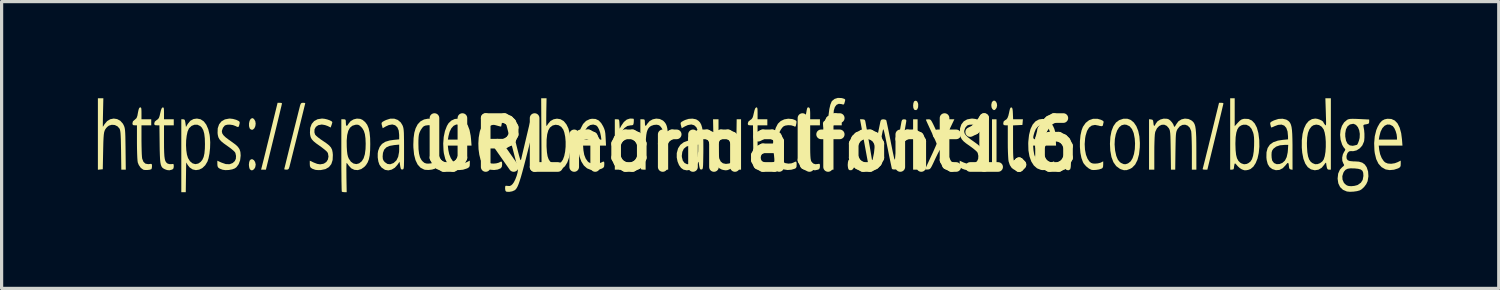
<source format=kicad_pcb>
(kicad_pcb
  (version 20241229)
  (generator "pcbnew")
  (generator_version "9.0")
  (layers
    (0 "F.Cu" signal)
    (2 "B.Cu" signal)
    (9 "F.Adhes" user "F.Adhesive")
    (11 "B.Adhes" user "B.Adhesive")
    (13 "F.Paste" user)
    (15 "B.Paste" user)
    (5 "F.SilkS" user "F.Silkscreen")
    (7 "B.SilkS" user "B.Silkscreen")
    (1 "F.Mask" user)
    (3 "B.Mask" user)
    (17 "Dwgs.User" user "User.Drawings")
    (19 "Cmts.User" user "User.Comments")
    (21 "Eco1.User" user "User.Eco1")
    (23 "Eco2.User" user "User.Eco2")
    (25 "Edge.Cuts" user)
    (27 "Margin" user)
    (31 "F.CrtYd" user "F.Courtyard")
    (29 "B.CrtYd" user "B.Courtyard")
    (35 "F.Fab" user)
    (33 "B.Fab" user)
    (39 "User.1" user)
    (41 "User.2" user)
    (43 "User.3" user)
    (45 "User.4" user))
  (footprint "URLnormalfont1.6"
    (layer "F.Cu")
    (at 20.32 1.463)
    (property "Reference" "URLnormalfont1.6" (at 0 0 0) (layer "F.SilkS") (effects (font (size 1.524 1.524) (thickness 0.3))))
    (attr board_only exclude_from_pos_files exclude_from_bom)
    (fp_poly (pts (xy 5.22 0.773) (xy 5.08 0.773) (xy 5.08 -0.796) (xy 5.22 -0.796)) (stroke (width 0) (type solid)) (fill yes) (layer "F.SilkS"))
    (fp_poly (pts (xy 7.679 0.773) (xy 7.538 0.773) (xy 7.538 -0.796) (xy 7.679 -0.796)) (stroke (width 0) (type solid)) (fill yes) (layer "F.SilkS"))
    (fp_poly (pts (xy 5.205 -1.354) (xy 5.233 -1.296) (xy 5.239 -1.257) (xy 5.236 -1.172) (xy 5.212 -1.111) (xy 5.175 -1.081) (xy 5.13 -1.088) (xy 5.108 -1.105) (xy 5.087 -1.152) (xy 5.08 -1.223) (xy 5.088 -1.295) (xy 5.108 -1.35) (xy 5.117 -1.359) (xy 5.164 -1.377)) (stroke (width 0) (type solid)) (fill yes) (layer "F.SilkS"))
    (fp_poly (pts (xy 7.629 -1.373) (xy 7.665 -1.34) (xy 7.689 -1.288) (xy 7.697 -1.225) (xy 7.683 -1.161) (xy 7.67 -1.137) (xy 7.63 -1.089) (xy 7.594 -1.082) (xy 7.551 -1.114) (xy 7.523 -1.17) (xy 7.516 -1.245) (xy 7.531 -1.318) (xy 7.545 -1.344) (xy 7.587 -1.377)) (stroke (width 0) (type solid)) (fill yes) (layer "F.SilkS"))
    (fp_poly (pts (xy -15.479 -0.822) (xy -15.452 -0.798) (xy -15.416 -0.737) (xy -15.404 -0.661) (xy -15.414 -0.584) (xy -15.443 -0.518) (xy -15.488 -0.476) (xy -15.521 -0.468) (xy -15.567 -0.487) (xy -15.592 -0.516) (xy -15.611 -0.585) (xy -15.611 -0.668) (xy -15.594 -0.747) (xy -15.563 -0.803) (xy -15.552 -0.813) (xy -15.511 -0.833)) (stroke (width 0) (type solid)) (fill yes) (layer "F.SilkS"))
    (fp_poly (pts (xy 3.176 0.459) (xy 3.22 0.502) (xy 3.249 0.57) (xy 3.254 0.62) (xy 3.24 0.7) (xy 3.204 0.759) (xy 3.155 0.791) (xy 3.102 0.789) (xy 3.071 0.768) (xy 3.055 0.729) (xy 3.045 0.663) (xy 3.043 0.62) (xy 3.049 0.546) (xy 3.062 0.49) (xy 3.071 0.473) (xy 3.123 0.446)) (stroke (width 0) (type solid)) (fill yes) (layer "F.SilkS"))
    (fp_poly (pts (xy 9.968 0.473) (xy 9.984 0.511) (xy 9.994 0.578) (xy 9.996 0.62) (xy 9.991 0.695) (xy 9.978 0.751) (xy 9.968 0.768) (xy 9.914 0.794) (xy 9.857 0.779) (xy 9.822 0.744) (xy 9.792 0.676) (xy 9.788 0.604) (xy 9.804 0.536) (xy 9.836 0.481) (xy 9.879 0.449) (xy 9.929 0.447)) (stroke (width 0) (type solid)) (fill yes) (layer "F.SilkS"))
    (fp_poly (pts (xy -15.458 0.478) (xy -15.422 0.533) (xy -15.404 0.606) (xy -15.404 0.62) (xy -15.417 0.696) (xy -15.451 0.754) (xy -15.496 0.789) (xy -15.543 0.793) (xy -15.584 0.761) (xy -15.59 0.751) (xy -15.607 0.696) (xy -15.615 0.626) (xy -15.615 0.62) (xy -15.608 0.55) (xy -15.592 0.493) (xy -15.59 0.49) (xy -15.551 0.451) (xy -15.504 0.449)) (stroke (width 0) (type solid)) (fill yes) (layer "F.SilkS"))
    (fp_poly (pts (xy -14.604 -1.306) (xy -14.584 -1.293) (xy -14.589 -1.268) (xy -14.604 -1.201) (xy -14.629 -1.099) (xy -14.661 -0.964) (xy -14.7 -0.803) (xy -14.744 -0.62) (xy -14.793 -0.419) (xy -14.834 -0.252) (xy -15.085 0.773) (xy -15.235 0.773) (xy -15.18 0.556) (xy -15.161 0.482) (xy -15.133 0.369) (xy -15.097 0.225) (xy -15.056 0.056) (xy -15.01 -0.13) (xy -14.961 -0.327) (xy -14.923 -0.486) (xy -14.721 -1.311) (xy -14.653 -1.311)) (stroke (width 0) (type solid)) (fill yes) (layer "F.SilkS"))
    (fp_poly (pts (xy 14.729 -1.306) (xy 14.749 -1.293) (xy 14.744 -1.268) (xy 14.728 -1.201) (xy 14.704 -1.099) (xy 14.672 -0.964) (xy 14.633 -0.803) (xy 14.588 -0.62) (xy 14.539 -0.419) (xy 14.498 -0.252) (xy 14.248 0.773) (xy 14.169 0.773) (xy 14.119 0.768) (xy 14.1 0.757) (xy 14.1 0.755) (xy 14.108 0.729) (xy 14.125 0.663) (xy 14.151 0.56) (xy 14.185 0.426) (xy 14.225 0.264) (xy 14.271 0.081) (xy 14.32 -0.12) (xy 14.361 -0.287) (xy 14.612 -1.311) (xy 14.68 -1.311)) (stroke (width 0) (type solid)) (fill yes) (layer "F.SilkS"))
    (fp_poly (pts (xy -3.665 -0.817) (xy -3.629 -0.811) (xy -3.626 -0.809) (xy -3.621 -0.781) (xy -3.623 -0.725) (xy -3.624 -0.704) (xy -3.633 -0.643) (xy -3.652 -0.616) (xy -3.693 -0.609) (xy -3.715 -0.609) (xy -3.825 -0.587) (xy -3.917 -0.523) (xy -3.986 -0.422) (xy -4.003 -0.385) (xy -4.016 -0.347) (xy -4.025 -0.301) (xy -4.032 -0.24) (xy -4.037 -0.157) (xy -4.041 -0.046) (xy -4.044 0.1) (xy -4.046 0.228) (xy -4.053 0.773) (xy -4.214 0.773) (xy -4.214 -0.796) (xy -4.145 -0.796) (xy -4.107 -0.794) (xy -4.086 -0.781) (xy -4.075 -0.745) (xy -4.07 -0.677) (xy -4.069 -0.65) (xy -4.062 -0.503) (xy -4.01 -0.6) (xy -3.932 -0.712) (xy -3.842 -0.787) (xy -3.745 -0.818) (xy -3.724 -0.819)) (stroke (width 0) (type solid)) (fill yes) (layer "F.SilkS"))
    (fp_poly (pts (xy -13.879 -1.307) (xy -13.859 -1.299) (xy -13.859 -1.299) (xy -13.864 -1.275) (xy -13.88 -1.211) (xy -13.904 -1.113) (xy -13.935 -0.987) (xy -13.972 -0.837) (xy -14.013 -0.671) (xy -14.057 -0.493) (xy -14.103 -0.309) (xy -14.149 -0.124) (xy -14.194 0.054) (xy -14.236 0.222) (xy -14.274 0.374) (xy -14.306 0.503) (xy -14.332 0.604) (xy -14.349 0.672) (xy -14.352 0.685) (xy -14.373 0.743) (xy -14.401 0.768) (xy -14.445 0.773) (xy -14.494 0.769) (xy -14.514 0.76) (xy -14.514 0.76) (xy -14.509 0.736) (xy -14.493 0.673) (xy -14.469 0.575) (xy -14.438 0.448) (xy -14.401 0.299) (xy -14.36 0.132) (xy -14.316 -0.046) (xy -14.27 -0.23) (xy -14.224 -0.414) (xy -14.179 -0.593) (xy -14.137 -0.761) (xy -14.099 -0.912) (xy -14.067 -1.041) (xy -14.041 -1.142) (xy -14.024 -1.21) (xy -14.021 -1.223) (xy -14 -1.281) (xy -13.972 -1.306) (xy -13.928 -1.311)) (stroke (width 0) (type solid)) (fill yes) (layer "F.SilkS"))
    (fp_poly (pts (xy 2.851 -1.458) (xy 2.876 -1.452) (xy 2.937 -1.433) (xy 2.963 -1.412) (xy 2.962 -1.38) (xy 2.961 -1.374) (xy 2.944 -1.314) (xy 2.935 -1.283) (xy 2.92 -1.258) (xy 2.887 -1.258) (xy 2.853 -1.269) (xy 2.766 -1.279) (xy 2.695 -1.248) (xy 2.642 -1.178) (xy 2.609 -1.071) (xy 2.599 -0.937) (xy 2.599 -0.796) (xy 2.856 -0.796) (xy 2.856 -0.609) (xy 2.599 -0.609) (xy 2.599 0.773) (xy 2.532 0.773) (xy 2.479 0.768) (xy 2.45 0.757) (xy 2.446 0.73) (xy 2.443 0.663) (xy 2.44 0.561) (xy 2.437 0.43) (xy 2.435 0.276) (xy 2.435 0.106) (xy 2.435 0.066) (xy 2.435 -0.609) (xy 2.353 -0.609) (xy 2.297 -0.613) (xy 2.275 -0.633) (xy 2.271 -0.668) (xy 2.284 -0.716) (xy 2.331 -0.755) (xy 2.352 -0.765) (xy 2.398 -0.791) (xy 2.425 -0.823) (xy 2.439 -0.875) (xy 2.446 -0.934) (xy 2.47 -1.115) (xy 2.502 -1.253) (xy 2.54 -1.347) (xy 2.554 -1.367) (xy 2.633 -1.431) (xy 2.736 -1.463)) (stroke (width 0) (type solid)) (fill yes) (layer "F.SilkS"))
    (fp_poly (pts (xy -0.983 -0.228) (xy -0.982 -0.065) (xy -0.979 0.087) (xy -0.975 0.221) (xy -0.97 0.327) (xy -0.964 0.399) (xy -0.96 0.424) (xy -0.916 0.518) (xy -0.847 0.574) (xy -0.753 0.594) (xy -0.645 0.58) (xy -0.561 0.531) (xy -0.495 0.44) (xy -0.486 0.423) (xy -0.469 0.387) (xy -0.456 0.349) (xy -0.446 0.304) (xy -0.439 0.244) (xy -0.434 0.163) (xy -0.43 0.055) (xy -0.427 -0.088) (xy -0.425 -0.24) (xy -0.417 -0.796) (xy -0.281 -0.796) (xy -0.281 0.773) (xy -0.339 0.773) (xy -0.38 0.766) (xy -0.396 0.736) (xy -0.398 0.696) (xy -0.405 0.619) (xy -0.423 0.582) (xy -0.45 0.588) (xy -0.478 0.628) (xy -0.53 0.692) (xy -0.608 0.748) (xy -0.694 0.785) (xy -0.754 0.794) (xy -0.816 0.786) (xy -0.882 0.77) (xy -0.965 0.725) (xy -1.04 0.645) (xy -1.094 0.543) (xy -1.102 0.52) (xy -1.111 0.47) (xy -1.119 0.378) (xy -1.127 0.252) (xy -1.133 0.096) (xy -1.139 -0.083) (xy -1.141 -0.181) (xy -1.153 -0.796) (xy -0.983 -0.796)) (stroke (width 0) (type solid)) (fill yes) (layer "F.SilkS"))
    (fp_poly (pts (xy 10.825 -0.812) (xy 10.933 -0.781) (xy 10.997 -0.748) (xy 11.018 -0.717) (xy 11.016 -0.709) (xy 11.004 -0.661) (xy 11.002 -0.648) (xy 10.991 -0.598) (xy 10.954 -0.58) (xy 10.887 -0.591) (xy 10.868 -0.598) (xy 10.748 -0.621) (xy 10.646 -0.601) (xy 10.563 -0.539) (xy 10.499 -0.434) (xy 10.454 -0.286) (xy 10.44 -0.206) (xy 10.426 -0.024) (xy 10.435 0.15) (xy 10.465 0.307) (xy 10.516 0.436) (xy 10.575 0.521) (xy 10.625 0.562) (xy 10.681 0.581) (xy 10.751 0.585) (xy 10.835 0.578) (xy 10.912 0.559) (xy 10.934 0.55) (xy 11.003 0.514) (xy 11.003 0.616) (xy 10.998 0.684) (xy 10.98 0.723) (xy 10.947 0.743) (xy 10.872 0.767) (xy 10.779 0.781) (xy 10.69 0.785) (xy 10.634 0.777) (xy 10.554 0.736) (xy 10.47 0.668) (xy 10.4 0.587) (xy 10.374 0.543) (xy 10.325 0.411) (xy 10.292 0.248) (xy 10.277 0.067) (xy 10.278 -0.119) (xy 10.295 -0.297) (xy 10.33 -0.455) (xy 10.371 -0.562) (xy 10.457 -0.685) (xy 10.564 -0.769) (xy 10.688 -0.812)) (stroke (width 0) (type solid)) (fill yes) (layer "F.SilkS"))
    (fp_poly (pts (xy -18.28 -1.165) (xy -18.268 -1.146) (xy -18.262 -1.101) (xy -18.26 -1.021) (xy -18.26 -0.985) (xy -18.26 -0.796) (xy -17.956 -0.796) (xy -17.956 -0.609) (xy -18.26 -0.609) (xy -18.26 -0.105) (xy -18.259 0.088) (xy -18.255 0.239) (xy -18.248 0.354) (xy -18.236 0.439) (xy -18.219 0.501) (xy -18.195 0.543) (xy -18.163 0.573) (xy -18.142 0.586) (xy -18.08 0.602) (xy -18.023 0.6) (xy -17.978 0.595) (xy -17.959 0.611) (xy -17.956 0.662) (xy -17.956 0.668) (xy -17.963 0.729) (xy -17.991 0.762) (xy -18.016 0.773) (xy -18.092 0.793) (xy -18.165 0.785) (xy -18.229 0.762) (xy -18.274 0.739) (xy -18.31 0.712) (xy -18.337 0.675) (xy -18.358 0.622) (xy -18.373 0.547) (xy -18.383 0.447) (xy -18.389 0.315) (xy -18.394 0.145) (xy -18.396 -0.018) (xy -18.403 -0.609) (xy -18.484 -0.609) (xy -18.539 -0.613) (xy -18.561 -0.634) (xy -18.564 -0.668) (xy -18.546 -0.724) (xy -18.488 -0.773) (xy -18.447 -0.802) (xy -18.419 -0.84) (xy -18.398 -0.898) (xy -18.377 -0.989) (xy -18.354 -1.084) (xy -18.331 -1.141) (xy -18.306 -1.165) (xy -18.301 -1.166)) (stroke (width 0) (type solid)) (fill yes) (layer "F.SilkS"))
    (fp_poly (pts (xy 0.214 -1.165) (xy 0.226 -1.146) (xy 0.232 -1.101) (xy 0.234 -1.021) (xy 0.234 -0.985) (xy 0.234 -0.796) (xy 0.538 -0.796) (xy 0.538 -0.609) (xy 0.234 -0.609) (xy 0.234 -0.092) (xy 0.235 0.086) (xy 0.237 0.223) (xy 0.241 0.326) (xy 0.247 0.4) (xy 0.255 0.452) (xy 0.267 0.487) (xy 0.269 0.492) (xy 0.329 0.568) (xy 0.407 0.602) (xy 0.471 0.6) (xy 0.516 0.595) (xy 0.535 0.611) (xy 0.538 0.662) (xy 0.538 0.668) (xy 0.531 0.729) (xy 0.503 0.762) (xy 0.478 0.773) (xy 0.402 0.793) (xy 0.329 0.785) (xy 0.265 0.762) (xy 0.22 0.739) (xy 0.184 0.712) (xy 0.157 0.675) (xy 0.136 0.622) (xy 0.121 0.547) (xy 0.111 0.447) (xy 0.105 0.315) (xy 0.1 0.145) (xy 0.098 -0.018) (xy 0.091 -0.609) (xy 0.01 -0.609) (xy -0.045 -0.613) (xy -0.067 -0.634) (xy -0.07 -0.668) (xy -0.052 -0.724) (xy 0.006 -0.773) (xy 0.047 -0.802) (xy 0.075 -0.84) (xy 0.096 -0.898) (xy 0.117 -0.989) (xy 0.14 -1.084) (xy 0.163 -1.141) (xy 0.188 -1.165) (xy 0.193 -1.166)) (stroke (width 0) (type solid)) (fill yes) (layer "F.SilkS"))
    (fp_poly (pts (xy 1.837 -1.162) (xy 1.856 -1.144) (xy 1.867 -1.101) (xy 1.872 -1.025) (xy 1.873 -0.972) (xy 1.873 -0.796) (xy 2.177 -0.796) (xy 2.177 -0.609) (xy 1.873 -0.609) (xy 1.873 -0.081) (xy 1.873 0.1) (xy 1.875 0.24) (xy 1.879 0.345) (xy 1.885 0.421) (xy 1.894 0.473) (xy 1.905 0.509) (xy 1.908 0.515) (xy 1.961 0.579) (xy 2.035 0.604) (xy 2.107 0.597) (xy 2.154 0.59) (xy 2.173 0.605) (xy 2.177 0.653) (xy 2.177 0.666) (xy 2.17 0.727) (xy 2.144 0.76) (xy 2.117 0.773) (xy 2.02 0.794) (xy 1.93 0.776) (xy 1.877 0.749) (xy 1.833 0.718) (xy 1.799 0.684) (xy 1.772 0.639) (xy 1.752 0.578) (xy 1.737 0.496) (xy 1.727 0.387) (xy 1.72 0.245) (xy 1.716 0.065) (xy 1.714 -0.041) (xy 1.704 -0.609) (xy 1.636 -0.609) (xy 1.584 -0.623) (xy 1.565 -0.66) (xy 1.581 -0.711) (xy 1.631 -0.767) (xy 1.645 -0.779) (xy 1.689 -0.818) (xy 1.717 -0.864) (xy 1.737 -0.931) (xy 1.749 -0.994) (xy 1.766 -1.087) (xy 1.78 -1.142) (xy 1.797 -1.166) (xy 1.819 -1.168)) (stroke (width 0) (type solid)) (fill yes) (layer "F.SilkS"))
    (fp_poly (pts (xy -20.16 -1.007) (xy -20.163 -0.868) (xy -20.165 -0.747) (xy -20.166 -0.651) (xy -20.166 -0.587) (xy -20.165 -0.562) (xy -20.165 -0.562) (xy -20.152 -0.58) (xy -20.124 -0.625) (xy -20.113 -0.644) (xy -20.032 -0.74) (xy -19.935 -0.798) (xy -19.828 -0.819) (xy -19.721 -0.803) (xy -19.623 -0.751) (xy -19.543 -0.662) (xy -19.517 -0.614) (xy -19.501 -0.578) (xy -19.489 -0.541) (xy -19.48 -0.497) (xy -19.473 -0.439) (xy -19.468 -0.361) (xy -19.464 -0.257) (xy -19.462 -0.121) (xy -19.459 0.053) (xy -19.458 0.135) (xy -19.451 0.773) (xy -19.59 0.773) (xy -19.598 0.17) (xy -19.602 -0.02) (xy -19.605 -0.169) (xy -19.61 -0.283) (xy -19.615 -0.367) (xy -19.623 -0.428) (xy -19.632 -0.47) (xy -19.644 -0.501) (xy -19.646 -0.506) (xy -19.709 -0.577) (xy -19.794 -0.618) (xy -19.887 -0.625) (xy -19.977 -0.599) (xy -20.032 -0.556) (xy -20.066 -0.517) (xy -20.092 -0.479) (xy -20.112 -0.436) (xy -20.127 -0.382) (xy -20.137 -0.309) (xy -20.144 -0.212) (xy -20.15 -0.084) (xy -20.154 0.081) (xy -20.156 0.187) (xy -20.168 0.761) (xy -20.244 0.768) (xy -20.32 0.776) (xy -20.32 -1.451) (xy -20.15 -1.451)) (stroke (width 0) (type solid)) (fill yes) (layer "F.SilkS"))
    (fp_poly (pts (xy -18.982 -1.165) (xy -18.97 -1.145) (xy -18.964 -1.098) (xy -18.962 -1.016) (xy -18.962 -0.985) (xy -18.962 -0.796) (xy -18.658 -0.796) (xy -18.658 -0.609) (xy -18.962 -0.609) (xy -18.962 -0.135) (xy -18.96 0.016) (xy -18.957 0.157) (xy -18.953 0.279) (xy -18.947 0.373) (xy -18.94 0.429) (xy -18.939 0.433) (xy -18.9 0.53) (xy -18.838 0.586) (xy -18.752 0.602) (xy -18.723 0.599) (xy -18.665 0.592) (xy -18.641 0.603) (xy -18.635 0.642) (xy -18.634 0.666) (xy -18.64 0.723) (xy -18.652 0.757) (xy -18.654 0.759) (xy -18.704 0.775) (xy -18.778 0.784) (xy -18.852 0.784) (xy -18.904 0.775) (xy -18.983 0.718) (xy -19.046 0.628) (xy -19.077 0.55) (xy -19.085 0.496) (xy -19.092 0.402) (xy -19.097 0.274) (xy -19.101 0.121) (xy -19.103 -0.052) (xy -19.103 -0.076) (xy -19.103 -0.609) (xy -19.173 -0.609) (xy -19.223 -0.615) (xy -19.241 -0.642) (xy -19.243 -0.674) (xy -19.228 -0.733) (xy -19.175 -0.78) (xy -19.174 -0.78) (xy -19.116 -0.833) (xy -19.089 -0.908) (xy -19.069 -1.019) (xy -19.053 -1.092) (xy -19.038 -1.136) (xy -19.023 -1.158) (xy -19.003 -1.166) (xy -19.002 -1.166)) (stroke (width 0) (type solid)) (fill yes) (layer "F.SilkS"))
    (fp_poly (pts (xy 8.143 -1.166) (xy 8.163 -1.153) (xy 8.177 -1.119) (xy 8.185 -1.055) (xy 8.189 -0.977) (xy 8.196 -0.796) (xy 8.501 -0.796) (xy 8.493 -0.708) (xy 8.486 -0.62) (xy 8.34 -0.613) (xy 8.194 -0.606) (xy 8.194 -0.08) (xy 8.194 0.101) (xy 8.196 0.241) (xy 8.2 0.346) (xy 8.206 0.421) (xy 8.214 0.474) (xy 8.226 0.509) (xy 8.228 0.515) (xy 8.282 0.579) (xy 8.356 0.604) (xy 8.428 0.597) (xy 8.474 0.59) (xy 8.494 0.605) (xy 8.498 0.653) (xy 8.498 0.666) (xy 8.491 0.727) (xy 8.465 0.76) (xy 8.438 0.773) (xy 8.324 0.793) (xy 8.226 0.773) (xy 8.153 0.72) (xy 8.094 0.631) (xy 8.055 0.514) (xy 8.055 0.513) (xy 8.047 0.454) (xy 8.041 0.357) (xy 8.035 0.232) (xy 8.031 0.087) (xy 8.03 -0.069) (xy 8.03 -0.106) (xy 8.03 -0.609) (xy 7.959 -0.609) (xy 7.91 -0.615) (xy 7.891 -0.642) (xy 7.889 -0.675) (xy 7.904 -0.735) (xy 7.948 -0.768) (xy 7.991 -0.796) (xy 8.022 -0.84) (xy 8.048 -0.909) (xy 8.073 -1.014) (xy 8.077 -1.037) (xy 8.096 -1.116) (xy 8.114 -1.156) (xy 8.138 -1.166)) (stroke (width 0) (type solid)) (fill yes) (layer "F.SilkS"))
    (fp_poly (pts (xy 19.981 -0.806) (xy 20.087 -0.758) (xy 20.174 -0.667) (xy 20.24 -0.535) (xy 20.287 -0.363) (xy 20.312 -0.17) (xy 20.327 0.023) (xy 19.588 0.023) (xy 19.603 0.158) (xy 19.631 0.291) (xy 19.68 0.412) (xy 19.744 0.507) (xy 19.787 0.547) (xy 19.869 0.582) (xy 19.975 0.59) (xy 20.088 0.573) (xy 20.178 0.539) (xy 20.273 0.491) (xy 20.273 0.592) (xy 20.269 0.658) (xy 20.251 0.696) (xy 20.205 0.726) (xy 20.187 0.735) (xy 20.062 0.775) (xy 19.928 0.787) (xy 19.807 0.767) (xy 19.796 0.763) (xy 19.675 0.694) (xy 19.579 0.588) (xy 19.509 0.444) (xy 19.465 0.261) (xy 19.454 0.179) (xy 19.445 -0.052) (xy 19.455 -0.164) (xy 19.59 -0.164) (xy 20.156 -0.164) (xy 20.156 -0.23) (xy 20.145 -0.325) (xy 20.116 -0.426) (xy 20.076 -0.516) (xy 20.03 -0.578) (xy 20.024 -0.584) (xy 19.936 -0.63) (xy 19.85 -0.633) (xy 19.77 -0.595) (xy 19.7 -0.519) (xy 19.645 -0.409) (xy 19.608 -0.268) (xy 19.607 -0.263) (xy 19.59 -0.164) (xy 19.455 -0.164) (xy 19.464 -0.267) (xy 19.511 -0.458) (xy 19.554 -0.561) (xy 19.62 -0.675) (xy 19.688 -0.75) (xy 19.768 -0.794) (xy 19.857 -0.813)) (stroke (width 0) (type solid)) (fill yes) (layer "F.SilkS"))
    (fp_poly (pts (xy -8.976 -0.789) (xy -8.968 -0.785) (xy -8.871 -0.713) (xy -8.796 -0.608) (xy -8.741 -0.465) (xy -8.705 -0.284) (xy -8.693 -0.17) (xy -8.678 0.023) (xy -9.417 0.023) (xy -9.402 0.158) (xy -9.374 0.291) (xy -9.325 0.412) (xy -9.261 0.507) (xy -9.218 0.547) (xy -9.136 0.582) (xy -9.03 0.59) (xy -8.917 0.573) (xy -8.827 0.539) (xy -8.732 0.491) (xy -8.732 0.592) (xy -8.736 0.658) (xy -8.755 0.696) (xy -8.8 0.726) (xy -8.818 0.735) (xy -8.944 0.775) (xy -9.077 0.787) (xy -9.198 0.767) (xy -9.209 0.763) (xy -9.33 0.694) (xy -9.426 0.588) (xy -9.496 0.444) (xy -9.541 0.261) (xy -9.551 0.179) (xy -9.561 -0.039) (xy -9.551 -0.164) (xy -9.415 -0.164) (xy -8.849 -0.164) (xy -8.849 -0.23) (xy -8.86 -0.325) (xy -8.889 -0.426) (xy -8.929 -0.516) (xy -8.975 -0.578) (xy -8.981 -0.584) (xy -9.07 -0.63) (xy -9.156 -0.633) (xy -9.235 -0.595) (xy -9.305 -0.519) (xy -9.36 -0.409) (xy -9.398 -0.268) (xy -9.398 -0.263) (xy -9.415 -0.164) (xy -9.551 -0.164) (xy -9.545 -0.245) (xy -9.506 -0.432) (xy -9.445 -0.59) (xy -9.393 -0.676) (xy -9.306 -0.757) (xy -9.2 -0.806) (xy -9.086 -0.817)) (stroke (width 0) (type solid)) (fill yes) (layer "F.SilkS"))
    (fp_poly (pts (xy 11.864 -0.774) (xy 11.958 -0.695) (xy 12.035 -0.582) (xy 12.094 -0.436) (xy 12.131 -0.26) (xy 12.146 -0.057) (xy 12.143 0.077) (xy 12.119 0.296) (xy 12.07 0.475) (xy 11.999 0.614) (xy 11.904 0.712) (xy 11.838 0.75) (xy 11.736 0.787) (xy 11.648 0.79) (xy 11.553 0.761) (xy 11.517 0.743) (xy 11.407 0.662) (xy 11.321 0.541) (xy 11.26 0.381) (xy 11.224 0.182) (xy 11.214 -0.014) (xy 11.358 -0.014) (xy 11.372 0.162) (xy 11.375 0.184) (xy 11.41 0.343) (xy 11.459 0.461) (xy 11.524 0.54) (xy 11.569 0.569) (xy 11.641 0.6) (xy 11.697 0.604) (xy 11.761 0.584) (xy 11.788 0.571) (xy 11.861 0.512) (xy 11.919 0.415) (xy 11.962 0.286) (xy 11.988 0.131) (xy 11.995 -0.043) (xy 11.985 -0.197) (xy 11.953 -0.366) (xy 11.899 -0.493) (xy 11.824 -0.58) (xy 11.727 -0.625) (xy 11.661 -0.632) (xy 11.575 -0.61) (xy 11.5 -0.548) (xy 11.439 -0.452) (xy 11.394 -0.327) (xy 11.366 -0.179) (xy 11.358 -0.014) (xy 11.214 -0.014) (xy 11.213 -0.034) (xy 11.226 -0.248) (xy 11.262 -0.432) (xy 11.321 -0.582) (xy 11.401 -0.696) (xy 11.501 -0.77) (xy 11.501 -0.77) (xy 11.633 -0.814) (xy 11.755 -0.814)) (stroke (width 0) (type solid)) (fill yes) (layer "F.SilkS"))
    (fp_poly (pts (xy -9.901 -0.804) (xy -9.84 -0.784) (xy -9.786 -0.758) (xy -9.765 -0.729) (xy -9.767 -0.678) (xy -9.77 -0.664) (xy -9.783 -0.597) (xy -9.8 -0.569) (xy -9.829 -0.572) (xy -9.856 -0.586) (xy -9.932 -0.608) (xy -10.025 -0.613) (xy -10.114 -0.601) (xy -10.167 -0.579) (xy -10.21 -0.536) (xy -10.256 -0.469) (xy -10.278 -0.429) (xy -10.303 -0.372) (xy -10.319 -0.314) (xy -10.328 -0.243) (xy -10.333 -0.148) (xy -10.334 -0.047) (xy -10.33 0.135) (xy -10.313 0.277) (xy -10.284 0.388) (xy -10.239 0.473) (xy -10.201 0.517) (xy -10.146 0.562) (xy -10.086 0.582) (xy -10.024 0.585) (xy -9.941 0.577) (xy -9.866 0.558) (xy -9.847 0.55) (xy -9.798 0.526) (xy -9.772 0.515) (xy -9.771 0.515) (xy -9.766 0.536) (xy -9.762 0.589) (xy -9.762 0.617) (xy -9.767 0.685) (xy -9.786 0.723) (xy -9.818 0.743) (xy -9.909 0.771) (xy -10.018 0.783) (xy -10.12 0.778) (xy -10.154 0.771) (xy -10.267 0.713) (xy -10.357 0.615) (xy -10.424 0.477) (xy -10.469 0.3) (xy -10.49 0.084) (xy -10.492 -0.004) (xy -10.484 -0.209) (xy -10.461 -0.377) (xy -10.42 -0.517) (xy -10.358 -0.636) (xy -10.356 -0.64) (xy -10.27 -0.731) (xy -10.158 -0.791) (xy -10.031 -0.816)) (stroke (width 0) (type solid)) (fill yes) (layer "F.SilkS"))
    (fp_poly (pts (xy 1.318 -0.803) (xy 1.373 -0.784) (xy 1.427 -0.758) (xy 1.447 -0.73) (xy 1.444 -0.68) (xy 1.44 -0.661) (xy 1.427 -0.596) (xy 1.413 -0.568) (xy 1.388 -0.57) (xy 1.357 -0.586) (xy 1.281 -0.608) (xy 1.187 -0.613) (xy 1.098 -0.6) (xy 1.046 -0.578) (xy 1.002 -0.536) (xy 0.955 -0.469) (xy 0.933 -0.428) (xy 0.91 -0.377) (xy 0.895 -0.327) (xy 0.885 -0.268) (xy 0.88 -0.188) (xy 0.879 -0.077) (xy 0.879 -0.012) (xy 0.883 0.149) (xy 0.894 0.272) (xy 0.915 0.366) (xy 0.948 0.44) (xy 0.996 0.502) (xy 1.023 0.529) (xy 1.097 0.569) (xy 1.192 0.585) (xy 1.291 0.576) (xy 1.358 0.55) (xy 1.412 0.523) (xy 1.44 0.526) (xy 1.45 0.565) (xy 1.451 0.617) (xy 1.447 0.685) (xy 1.428 0.723) (xy 1.396 0.743) (xy 1.287 0.775) (xy 1.166 0.784) (xy 1.057 0.767) (xy 1.046 0.763) (xy 0.976 0.731) (xy 0.918 0.695) (xy 0.911 0.689) (xy 0.84 0.597) (xy 0.784 0.469) (xy 0.745 0.316) (xy 0.722 0.145) (xy 0.716 -0.034) (xy 0.727 -0.213) (xy 0.756 -0.381) (xy 0.801 -0.531) (xy 0.865 -0.654) (xy 0.869 -0.66) (xy 0.954 -0.741) (xy 1.065 -0.794) (xy 1.191 -0.815)) (stroke (width 0) (type solid)) (fill yes) (layer "F.SilkS"))
    (fp_poly (pts (xy -2.814 -0.806) (xy -2.716 -0.758) (xy -2.691 -0.736) (xy -2.652 -0.694) (xy -2.621 -0.647) (xy -2.597 -0.589) (xy -2.579 -0.515) (xy -2.567 -0.419) (xy -2.558 -0.295) (xy -2.554 -0.138) (xy -2.552 0.057) (xy -2.552 0.168) (xy -2.552 0.773) (xy -2.689 0.773) (xy -2.696 0.17) (xy -2.699 -0.019) (xy -2.702 -0.166) (xy -2.706 -0.278) (xy -2.711 -0.362) (xy -2.718 -0.422) (xy -2.728 -0.465) (xy -2.739 -0.497) (xy -2.745 -0.508) (xy -2.787 -0.567) (xy -2.833 -0.609) (xy -2.836 -0.611) (xy -2.909 -0.628) (xy -2.999 -0.62) (xy -3.084 -0.59) (xy -3.128 -0.559) (xy -3.166 -0.517) (xy -3.195 -0.463) (xy -3.218 -0.394) (xy -3.234 -0.304) (xy -3.245 -0.186) (xy -3.251 -0.035) (xy -3.254 0.155) (xy -3.254 0.25) (xy -3.254 0.773) (xy -3.32 0.773) (xy -3.374 0.768) (xy -3.402 0.757) (xy -3.406 0.731) (xy -3.409 0.663) (xy -3.412 0.56) (xy -3.415 0.427) (xy -3.417 0.269) (xy -3.418 0.093) (xy -3.418 -0.027) (xy -3.418 -0.796) (xy -3.348 -0.796) (xy -3.304 -0.793) (xy -3.284 -0.775) (xy -3.278 -0.73) (xy -3.277 -0.691) (xy -3.273 -0.618) (xy -3.259 -0.59) (xy -3.234 -0.607) (xy -3.203 -0.655) (xy -3.13 -0.74) (xy -3.033 -0.795) (xy -2.924 -0.818)) (stroke (width 0) (type solid)) (fill yes) (layer "F.SilkS"))
    (fp_poly (pts (xy -17.121 -0.797) (xy -17.023 -0.733) (xy -16.943 -0.629) (xy -16.881 -0.487) (xy -16.839 -0.311) (xy -16.831 -0.246) (xy -16.82 -0.078) (xy -16.825 0.099) (xy -16.843 0.269) (xy -16.873 0.419) (xy -16.905 0.518) (xy -16.975 0.636) (xy -17.063 0.721) (xy -17.163 0.772) (xy -17.267 0.788) (xy -17.368 0.766) (xy -17.459 0.706) (xy -17.516 0.635) (xy -17.569 0.55) (xy -17.576 1.012) (xy -17.582 1.475) (xy -17.721 1.475) (xy -17.721 0.015) (xy -17.574 0.015) (xy -17.566 0.167) (xy -17.546 0.302) (xy -17.513 0.409) (xy -17.513 0.41) (xy -17.449 0.512) (xy -17.37 0.577) (xy -17.282 0.601) (xy -17.193 0.583) (xy -17.119 0.533) (xy -17.065 0.466) (xy -17.025 0.379) (xy -17 0.264) (xy -16.987 0.116) (xy -16.984 -0.023) (xy -16.989 -0.205) (xy -17.006 -0.347) (xy -17.036 -0.455) (xy -17.081 -0.536) (xy -17.13 -0.585) (xy -17.216 -0.626) (xy -17.31 -0.627) (xy -17.401 -0.591) (xy -17.475 -0.521) (xy -17.487 -0.504) (xy -17.526 -0.412) (xy -17.553 -0.286) (xy -17.57 -0.14) (xy -17.574 0.015) (xy -17.721 0.015) (xy -17.721 -0.796) (xy -17.665 -0.796) (xy -17.631 -0.791) (xy -17.611 -0.767) (xy -17.598 -0.713) (xy -17.592 -0.676) (xy -17.576 -0.557) (xy -17.519 -0.653) (xy -17.439 -0.75) (xy -17.34 -0.804) (xy -17.234 -0.819)) (stroke (width 0) (type solid)) (fill yes) (layer "F.SilkS"))
    (fp_poly (pts (xy -7.804 -0.784) (xy -7.75 -0.758) (xy -7.73 -0.73) (xy -7.733 -0.68) (xy -7.737 -0.661) (xy -7.748 -0.604) (xy -7.756 -0.571) (xy -7.758 -0.569) (xy -7.781 -0.572) (xy -7.835 -0.586) (xy -7.884 -0.6) (xy -7.959 -0.62) (xy -8.009 -0.623) (xy -8.056 -0.611) (xy -8.094 -0.593) (xy -8.168 -0.541) (xy -8.228 -0.457) (xy -8.24 -0.433) (xy -8.265 -0.379) (xy -8.282 -0.328) (xy -8.292 -0.268) (xy -8.297 -0.189) (xy -8.299 -0.078) (xy -8.299 -0.023) (xy -8.296 0.137) (xy -8.286 0.259) (xy -8.266 0.353) (xy -8.235 0.428) (xy -8.191 0.492) (xy -8.171 0.514) (xy -8.121 0.559) (xy -8.069 0.58) (xy -7.993 0.584) (xy -7.991 0.584) (xy -7.91 0.577) (xy -7.839 0.559) (xy -7.819 0.55) (xy -7.763 0.522) (xy -7.736 0.526) (xy -7.726 0.568) (xy -7.725 0.608) (xy -7.733 0.68) (xy -7.762 0.724) (xy -7.778 0.735) (xy -7.865 0.77) (xy -7.974 0.784) (xy -8.083 0.776) (xy -8.131 0.763) (xy -8.205 0.728) (xy -8.269 0.685) (xy -8.276 0.679) (xy -8.343 0.588) (xy -8.397 0.462) (xy -8.436 0.308) (xy -8.46 0.136) (xy -8.466 -0.046) (xy -8.455 -0.227) (xy -8.424 -0.4) (xy -8.415 -0.435) (xy -8.355 -0.58) (xy -8.269 -0.694) (xy -8.163 -0.773) (xy -8.041 -0.814) (xy -7.909 -0.815)) (stroke (width 0) (type solid)) (fill yes) (layer "F.SilkS"))
    (fp_poly (pts (xy -4.813 -0.806) (xy -4.719 -0.762) (xy -4.637 -0.676) (xy -4.579 -0.579) (xy -4.546 -0.507) (xy -4.524 -0.439) (xy -4.51 -0.359) (xy -4.502 -0.252) (xy -4.5 -0.211) (xy -4.488 0.023) (xy -5.203 0.023) (xy -5.192 0.17) (xy -5.167 0.311) (xy -5.12 0.431) (xy -5.055 0.521) (xy -5.02 0.549) (xy -4.946 0.577) (xy -4.847 0.588) (xy -4.742 0.582) (xy -4.652 0.558) (xy -4.637 0.551) (xy -4.579 0.523) (xy -4.551 0.524) (xy -4.542 0.56) (xy -4.542 0.608) (xy -4.547 0.673) (xy -4.571 0.712) (xy -4.613 0.738) (xy -4.695 0.766) (xy -4.8 0.783) (xy -4.905 0.787) (xy -4.961 0.78) (xy -5.079 0.732) (xy -5.178 0.645) (xy -5.257 0.521) (xy -5.315 0.365) (xy -5.349 0.181) (xy -5.357 -0.028) (xy -5.353 -0.117) (xy -5.338 -0.237) (xy -5.2 -0.237) (xy -5.192 -0.197) (xy -5.157 -0.175) (xy -5.09 -0.166) (xy -4.985 -0.164) (xy -4.915 -0.164) (xy -4.632 -0.164) (xy -4.648 -0.275) (xy -4.672 -0.386) (xy -4.709 -0.487) (xy -4.752 -0.565) (xy -4.795 -0.607) (xy -4.888 -0.633) (xy -4.979 -0.617) (xy -5.062 -0.563) (xy -5.128 -0.475) (xy -5.162 -0.392) (xy -5.188 -0.3) (xy -5.2 -0.237) (xy -5.338 -0.237) (xy -5.326 -0.335) (xy -5.276 -0.512) (xy -5.204 -0.649) (xy -5.11 -0.746) (xy -4.993 -0.801) (xy -4.924 -0.813)) (stroke (width 0) (type solid)) (fill yes) (layer "F.SilkS"))
    (fp_poly (pts (xy 9.229 -0.792) (xy 9.322 -0.744) (xy 9.4 -0.656) (xy 9.448 -0.571) (xy 9.481 -0.497) (xy 9.502 -0.422) (xy 9.515 -0.332) (xy 9.523 -0.212) (xy 9.523 -0.209) (xy 9.534 0.023) (xy 8.819 0.023) (xy 8.831 0.17) (xy 8.854 0.304) (xy 8.898 0.422) (xy 8.957 0.513) (xy 9.001 0.552) (xy 9.075 0.579) (xy 9.174 0.588) (xy 9.281 0.578) (xy 9.376 0.551) (xy 9.433 0.529) (xy 9.468 0.516) (xy 9.472 0.515) (xy 9.478 0.536) (xy 9.481 0.588) (xy 9.481 0.608) (xy 9.476 0.673) (xy 9.452 0.712) (xy 9.41 0.738) (xy 9.327 0.766) (xy 9.222 0.783) (xy 9.118 0.787) (xy 9.062 0.78) (xy 8.942 0.732) (xy 8.842 0.644) (xy 8.762 0.519) (xy 8.706 0.361) (xy 8.673 0.173) (xy 8.667 -0.042) (xy 8.669 -0.094) (xy 8.684 -0.237) (xy 8.822 -0.237) (xy 8.831 -0.197) (xy 8.866 -0.175) (xy 8.933 -0.166) (xy 9.038 -0.164) (xy 9.107 -0.164) (xy 9.388 -0.164) (xy 9.374 -0.263) (xy 9.348 -0.391) (xy 9.308 -0.498) (xy 9.26 -0.573) (xy 9.235 -0.595) (xy 9.145 -0.63) (xy 9.056 -0.622) (xy 8.974 -0.575) (xy 8.905 -0.494) (xy 8.861 -0.392) (xy 8.834 -0.3) (xy 8.822 -0.237) (xy 8.684 -0.237) (xy 8.693 -0.312) (xy 8.738 -0.492) (xy 8.805 -0.632) (xy 8.893 -0.732) (xy 9.001 -0.791) (xy 9.114 -0.808)) (stroke (width 0) (type solid)) (fill yes) (layer "F.SilkS"))
    (fp_poly (pts (xy -16.112 -0.808) (xy -16.015 -0.781) (xy -15.993 -0.772) (xy -15.932 -0.742) (xy -15.905 -0.716) (xy -15.902 -0.68) (xy -15.908 -0.65) (xy -15.925 -0.583) (xy -15.946 -0.556) (xy -15.983 -0.562) (xy -16.031 -0.586) (xy -16.113 -0.616) (xy -16.207 -0.63) (xy -16.295 -0.627) (xy -16.36 -0.606) (xy -16.366 -0.602) (xy -16.424 -0.532) (xy -16.455 -0.442) (xy -16.457 -0.413) (xy -16.446 -0.359) (xy -16.41 -0.302) (xy -16.344 -0.237) (xy -16.243 -0.16) (xy -16.155 -0.098) (xy -16.038 -0.013) (xy -15.957 0.062) (xy -15.907 0.137) (xy -15.88 0.222) (xy -15.872 0.325) (xy -15.872 0.34) (xy -15.888 0.48) (xy -15.933 0.601) (xy -16.002 0.695) (xy -16.053 0.733) (xy -16.134 0.764) (xy -16.238 0.783) (xy -16.345 0.788) (xy -16.431 0.776) (xy -16.435 0.775) (xy -16.521 0.743) (xy -16.57 0.709) (xy -16.593 0.663) (xy -16.598 0.597) (xy -16.598 0.494) (xy -16.475 0.551) (xy -16.337 0.599) (xy -16.219 0.604) (xy -16.121 0.567) (xy -16.054 0.506) (xy -16.022 0.436) (xy -16.016 0.346) (xy -16.035 0.258) (xy -16.046 0.235) (xy -16.078 0.198) (xy -16.14 0.144) (xy -16.221 0.081) (xy -16.284 0.036) (xy -16.399 -0.046) (xy -16.48 -0.113) (xy -16.533 -0.174) (xy -16.566 -0.236) (xy -16.584 -0.309) (xy -16.591 -0.369) (xy -16.586 -0.516) (xy -16.544 -0.639) (xy -16.469 -0.732) (xy -16.363 -0.793) (xy -16.23 -0.818) (xy -16.207 -0.819)) (stroke (width 0) (type solid)) (fill yes) (layer "F.SilkS"))
    (fp_poly (pts (xy -13.256 -0.811) (xy -13.174 -0.792) (xy -13.098 -0.765) (xy -13.041 -0.736) (xy -13.016 -0.709) (xy -13.016 -0.707) (xy -13.023 -0.672) (xy -13.04 -0.616) (xy -13.042 -0.613) (xy -13.067 -0.54) (xy -13.158 -0.586) (xy -13.243 -0.616) (xy -13.336 -0.632) (xy -13.351 -0.632) (xy -13.454 -0.613) (xy -13.528 -0.561) (xy -13.57 -0.484) (xy -13.574 -0.39) (xy -13.553 -0.321) (xy -13.523 -0.286) (xy -13.463 -0.234) (xy -13.382 -0.173) (xy -13.318 -0.13) (xy -13.198 -0.048) (xy -13.113 0.02) (xy -13.057 0.084) (xy -13.023 0.154) (xy -13.006 0.237) (xy -12.999 0.313) (xy -13.006 0.472) (xy -13.047 0.599) (xy -13.122 0.694) (xy -13.23 0.756) (xy -13.371 0.785) (xy -13.372 0.785) (xy -13.456 0.787) (xy -13.529 0.781) (xy -13.556 0.775) (xy -13.642 0.743) (xy -13.691 0.709) (xy -13.713 0.663) (xy -13.718 0.597) (xy -13.718 0.494) (xy -13.595 0.551) (xy -13.487 0.593) (xy -13.396 0.607) (xy -13.306 0.592) (xy -13.276 0.583) (xy -13.202 0.534) (xy -13.153 0.457) (xy -13.135 0.364) (xy -13.151 0.268) (xy -13.167 0.235) (xy -13.199 0.198) (xy -13.261 0.144) (xy -13.342 0.081) (xy -13.404 0.036) (xy -13.521 -0.047) (xy -13.603 -0.115) (xy -13.658 -0.177) (xy -13.69 -0.24) (xy -13.707 -0.314) (xy -13.713 -0.381) (xy -13.704 -0.53) (xy -13.659 -0.651) (xy -13.582 -0.741) (xy -13.475 -0.798) (xy -13.34 -0.819) (xy -13.332 -0.819)) (stroke (width 0) (type solid)) (fill yes) (layer "F.SilkS"))
    (fp_poly (pts (xy 7.017 -0.808) (xy 7.114 -0.781) (xy 7.136 -0.772) (xy 7.197 -0.742) (xy 7.224 -0.716) (xy 7.227 -0.68) (xy 7.221 -0.65) (xy 7.204 -0.583) (xy 7.182 -0.555) (xy 7.144 -0.561) (xy 7.093 -0.585) (xy 7.007 -0.616) (xy 6.912 -0.63) (xy 6.825 -0.625) (xy 6.764 -0.602) (xy 6.764 -0.602) (xy 6.705 -0.532) (xy 6.674 -0.442) (xy 6.672 -0.413) (xy 6.683 -0.359) (xy 6.719 -0.302) (xy 6.786 -0.237) (xy 6.886 -0.16) (xy 6.975 -0.098) (xy 7.092 -0.013) (xy 7.172 0.062) (xy 7.223 0.137) (xy 7.249 0.222) (xy 7.257 0.325) (xy 7.257 0.34) (xy 7.241 0.48) (xy 7.196 0.601) (xy 7.127 0.695) (xy 7.077 0.733) (xy 6.995 0.764) (xy 6.891 0.783) (xy 6.785 0.788) (xy 6.698 0.776) (xy 6.694 0.775) (xy 6.608 0.743) (xy 6.559 0.709) (xy 6.537 0.663) (xy 6.531 0.597) (xy 6.531 0.494) (xy 6.654 0.551) (xy 6.792 0.599) (xy 6.91 0.604) (xy 7.009 0.567) (xy 7.075 0.506) (xy 7.107 0.436) (xy 7.113 0.346) (xy 7.094 0.258) (xy 7.083 0.235) (xy 7.051 0.198) (xy 6.989 0.144) (xy 6.908 0.081) (xy 6.846 0.036) (xy 6.73 -0.046) (xy 6.649 -0.113) (xy 6.596 -0.174) (xy 6.563 -0.236) (xy 6.545 -0.309) (xy 6.538 -0.367) (xy 6.543 -0.516) (xy 6.584 -0.639) (xy 6.658 -0.733) (xy 6.763 -0.793) (xy 6.897 -0.818) (xy 6.923 -0.819)) (stroke (width 0) (type solid)) (fill yes) (layer "F.SilkS"))
    (fp_poly (pts (xy 15.1 -0.581) (xy 15.199 -0.691) (xy 15.262 -0.755) (xy 15.315 -0.791) (xy 15.374 -0.808) (xy 15.406 -0.812) (xy 15.53 -0.806) (xy 15.636 -0.757) (xy 15.723 -0.666) (xy 15.791 -0.536) (xy 15.838 -0.365) (xy 15.864 -0.157) (xy 15.865 -0.15) (xy 15.868 0.061) (xy 15.849 0.254) (xy 15.811 0.425) (xy 15.754 0.568) (xy 15.682 0.679) (xy 15.594 0.753) (xy 15.519 0.781) (xy 15.448 0.793) (xy 15.398 0.791) (xy 15.343 0.772) (xy 15.32 0.763) (xy 15.26 0.725) (xy 15.196 0.667) (xy 15.177 0.645) (xy 15.134 0.595) (xy 15.111 0.577) (xy 15.099 0.589) (xy 15.091 0.613) (xy 15.079 0.681) (xy 15.076 0.72) (xy 15.065 0.76) (xy 15.022 0.772) (xy 15.018 0.773) (xy 14.959 0.773) (xy 14.959 -0.018) (xy 15.122 -0.018) (xy 15.128 0.165) (xy 15.143 0.308) (xy 15.171 0.417) (xy 15.214 0.497) (xy 15.272 0.555) (xy 15.312 0.579) (xy 15.391 0.605) (xy 15.468 0.596) (xy 15.524 0.572) (xy 15.589 0.523) (xy 15.638 0.448) (xy 15.672 0.342) (xy 15.694 0.2) (xy 15.704 0.032) (xy 15.706 -0.117) (xy 15.702 -0.23) (xy 15.69 -0.321) (xy 15.675 -0.382) (xy 15.624 -0.501) (xy 15.552 -0.583) (xy 15.463 -0.626) (xy 15.363 -0.626) (xy 15.3 -0.605) (xy 15.233 -0.559) (xy 15.184 -0.485) (xy 15.15 -0.379) (xy 15.129 -0.237) (xy 15.122 -0.055) (xy 15.122 -0.018) (xy 14.959 -0.018) (xy 14.959 -1.451) (xy 15.1 -1.451)) (stroke (width 0) (type solid)) (fill yes) (layer "F.SilkS"))
    (fp_poly (pts (xy -7.315 -0.13) (xy -7.268 0.061) (xy -7.23 0.21) (xy -7.201 0.322) (xy -7.179 0.4) (xy -7.163 0.449) (xy -7.151 0.473) (xy -7.142 0.475) (xy -7.135 0.46) (xy -7.132 0.449) (xy -7.107 0.341) (xy -7.076 0.21) (xy -7.041 0.064) (xy -7.005 -0.09) (xy -6.969 -0.242) (xy -6.935 -0.385) (xy -6.905 -0.512) (xy -6.88 -0.614) (xy -6.863 -0.684) (xy -6.857 -0.708) (xy -6.837 -0.766) (xy -6.81 -0.791) (xy -6.758 -0.796) (xy -6.755 -0.796) (xy -6.677 -0.796) (xy -6.917 0.161) (xy -6.986 0.431) (xy -7.045 0.658) (xy -7.096 0.848) (xy -7.14 1.003) (xy -7.179 1.127) (xy -7.213 1.224) (xy -7.244 1.297) (xy -7.274 1.351) (xy -7.303 1.389) (xy -7.332 1.414) (xy -7.334 1.415) (xy -7.412 1.449) (xy -7.504 1.465) (xy -7.586 1.461) (xy -7.591 1.46) (xy -7.62 1.436) (xy -7.631 1.379) (xy -7.632 1.358) (xy -7.63 1.299) (xy -7.615 1.276) (xy -7.576 1.276) (xy -7.551 1.28) (xy -7.491 1.283) (xy -7.443 1.262) (xy -7.401 1.224) (xy -7.357 1.162) (xy -7.312 1.071) (xy -7.272 0.966) (xy -7.244 0.864) (xy -7.234 0.784) (xy -7.24 0.749) (xy -7.256 0.675) (xy -7.282 0.567) (xy -7.316 0.431) (xy -7.357 0.273) (xy -7.402 0.099) (xy -7.433 -0.015) (xy -7.48 -0.194) (xy -7.524 -0.359) (xy -7.562 -0.505) (xy -7.593 -0.624) (xy -7.616 -0.713) (xy -7.629 -0.766) (xy -7.632 -0.778) (xy -7.611 -0.79) (xy -7.561 -0.796) (xy -7.554 -0.796) (xy -7.477 -0.796)) (stroke (width 0) (type solid)) (fill yes) (layer "F.SilkS"))
    (fp_poly (pts (xy 18.096 0.773) (xy 18.039 0.773) (xy 18.008 0.769) (xy 17.987 0.751) (xy 17.972 0.71) (xy 17.958 0.638) (xy 17.948 0.562) (xy 17.935 0.558) (xy 17.908 0.589) (xy 17.892 0.615) (xy 17.81 0.714) (xy 17.71 0.774) (xy 17.597 0.792) (xy 17.479 0.765) (xy 17.474 0.763) (xy 17.376 0.695) (xy 17.299 0.585) (xy 17.241 0.435) (xy 17.204 0.246) (xy 17.19 0.082) (xy 17.191 -0.055) (xy 17.35 -0.055) (xy 17.352 0.056) (xy 17.363 0.229) (xy 17.386 0.361) (xy 17.421 0.459) (xy 17.47 0.529) (xy 17.528 0.572) (xy 17.607 0.603) (xy 17.681 0.6) (xy 17.757 0.572) (xy 17.827 0.519) (xy 17.873 0.455) (xy 17.906 0.353) (xy 17.928 0.219) (xy 17.938 0.066) (xy 17.938 -0.094) (xy 17.927 -0.247) (xy 17.904 -0.381) (xy 17.872 -0.48) (xy 17.811 -0.564) (xy 17.729 -0.616) (xy 17.638 -0.631) (xy 17.548 -0.609) (xy 17.487 -0.565) (xy 17.426 -0.482) (xy 17.383 -0.373) (xy 17.358 -0.232) (xy 17.35 -0.055) (xy 17.191 -0.055) (xy 17.191 -0.143) (xy 17.214 -0.341) (xy 17.259 -0.509) (xy 17.323 -0.644) (xy 17.406 -0.742) (xy 17.507 -0.802) (xy 17.611 -0.819) (xy 17.675 -0.81) (xy 17.746 -0.787) (xy 17.811 -0.756) (xy 17.853 -0.724) (xy 17.862 -0.706) (xy 17.876 -0.678) (xy 17.907 -0.633) (xy 17.908 -0.632) (xy 17.923 -0.613) (xy 17.935 -0.606) (xy 17.942 -0.616) (xy 17.946 -0.649) (xy 17.947 -0.71) (xy 17.945 -0.805) (xy 17.941 -0.938) (xy 17.939 -1.013) (xy 17.925 -1.451) (xy 18.096 -1.451)) (stroke (width 0) (type solid)) (fill yes) (layer "F.SilkS"))
    (fp_poly (pts (xy -6.349 -1.018) (xy -6.35 -0.882) (xy -6.351 -0.763) (xy -6.35 -0.669) (xy -6.347 -0.607) (xy -6.344 -0.585) (xy -6.326 -0.604) (xy -6.297 -0.648) (xy -6.293 -0.655) (xy -6.219 -0.742) (xy -6.123 -0.796) (xy -6.016 -0.816) (xy -5.909 -0.799) (xy -5.813 -0.744) (xy -5.802 -0.735) (xy -5.721 -0.636) (xy -5.661 -0.514) (xy -5.621 -0.363) (xy -5.6 -0.177) (xy -5.595 -0.009) (xy -5.606 0.209) (xy -5.64 0.395) (xy -5.694 0.548) (xy -5.766 0.665) (xy -5.857 0.745) (xy -5.963 0.784) (xy -6.083 0.782) (xy -6.126 0.771) (xy -6.181 0.743) (xy -6.241 0.695) (xy -6.291 0.641) (xy -6.319 0.594) (xy -6.321 0.583) (xy -6.338 0.562) (xy -6.341 0.562) (xy -6.357 0.583) (xy -6.372 0.636) (xy -6.378 0.669) (xy -6.391 0.734) (xy -6.408 0.764) (xy -6.438 0.769) (xy -6.445 0.768) (xy -6.496 0.761) (xy -6.5 0.036) (xy -6.341 0.036) (xy -6.34 0.069) (xy -6.329 0.232) (xy -6.309 0.356) (xy -6.277 0.448) (xy -6.232 0.516) (xy -6.17 0.566) (xy -6.077 0.599) (xy -5.979 0.59) (xy -5.891 0.541) (xy -5.884 0.535) (xy -5.831 0.459) (xy -5.79 0.348) (xy -5.762 0.211) (xy -5.747 0.06) (xy -5.746 -0.097) (xy -5.759 -0.249) (xy -5.787 -0.385) (xy -5.82 -0.476) (xy -5.883 -0.561) (xy -5.966 -0.612) (xy -6.06 -0.626) (xy -6.152 -0.603) (xy -6.233 -0.541) (xy -6.236 -0.538) (xy -6.287 -0.45) (xy -6.321 -0.327) (xy -6.339 -0.166) (xy -6.341 0.036) (xy -6.5 0.036) (xy -6.502 -0.345) (xy -6.508 -1.451) (xy -6.341 -1.451)) (stroke (width 0) (type solid)) (fill yes) (layer "F.SilkS"))
    (fp_poly (pts (xy -1.688 -0.796) (xy -1.663 -0.785) (xy -1.606 -0.747) (xy -1.559 -0.697) (xy -1.522 -0.629) (xy -1.494 -0.539) (xy -1.475 -0.423) (xy -1.462 -0.276) (xy -1.456 -0.093) (xy -1.455 0.129) (xy -1.456 0.258) (xy -1.459 0.423) (xy -1.461 0.548) (xy -1.464 0.638) (xy -1.469 0.698) (xy -1.476 0.736) (xy -1.485 0.756) (xy -1.498 0.765) (xy -1.514 0.768) (xy -1.544 0.767) (xy -1.563 0.745) (xy -1.578 0.692) (xy -1.585 0.651) (xy -1.605 0.527) (xy -1.671 0.624) (xy -1.757 0.719) (xy -1.86 0.777) (xy -1.972 0.795) (xy -2.074 0.773) (xy -2.15 0.719) (xy -2.214 0.63) (xy -2.26 0.517) (xy -2.285 0.391) (xy -2.284 0.339) (xy -2.127 0.339) (xy -2.124 0.384) (xy -2.096 0.492) (xy -2.04 0.566) (xy -1.963 0.603) (xy -1.869 0.599) (xy -1.784 0.561) (xy -1.701 0.484) (xy -1.645 0.37) (xy -1.618 0.222) (xy -1.616 0.155) (xy -1.615 -0.007) (xy -1.767 0.007) (xy -1.859 0.021) (xy -1.944 0.041) (xy -1.991 0.059) (xy -2.065 0.123) (xy -2.111 0.218) (xy -2.127 0.339) (xy -2.284 0.339) (xy -2.284 0.263) (xy -2.282 0.25) (xy -2.243 0.109) (xy -2.171 -0.001) (xy -2.065 -0.082) (xy -1.924 -0.133) (xy -1.785 -0.155) (xy -1.615 -0.171) (xy -1.615 -0.309) (xy -1.63 -0.445) (xy -1.673 -0.547) (xy -1.741 -0.61) (xy -1.83 -0.635) (xy -1.937 -0.617) (xy -2.03 -0.575) (xy -2.129 -0.518) (xy -2.153 -0.603) (xy -2.164 -0.654) (xy -2.161 -0.688) (xy -2.134 -0.717) (xy -2.077 -0.749) (xy -2.025 -0.774) (xy -1.913 -0.809) (xy -1.794 -0.817)) (stroke (width 0) (type solid)) (fill yes) (layer "F.SilkS"))
    (fp_poly (pts (xy 16.705 -0.787) (xy 16.758 -0.756) (xy 16.797 -0.723) (xy 16.828 -0.681) (xy 16.852 -0.627) (xy 16.871 -0.556) (xy 16.884 -0.461) (xy 16.893 -0.338) (xy 16.898 -0.182) (xy 16.901 0.013) (xy 16.901 0.148) (xy 16.902 0.776) (xy 16.849 0.768) (xy 16.811 0.752) (xy 16.794 0.709) (xy 16.79 0.679) (xy 16.781 0.598) (xy 16.766 0.562) (xy 16.741 0.569) (xy 16.702 0.615) (xy 16.69 0.631) (xy 16.597 0.728) (xy 16.493 0.781) (xy 16.382 0.79) (xy 16.271 0.755) (xy 16.187 0.692) (xy 16.129 0.599) (xy 16.096 0.471) (xy 16.088 0.396) (xy 16.089 0.315) (xy 16.247 0.315) (xy 16.251 0.399) (xy 16.264 0.472) (xy 16.273 0.5) (xy 16.326 0.567) (xy 16.404 0.601) (xy 16.496 0.599) (xy 16.587 0.561) (xy 16.666 0.489) (xy 16.72 0.381) (xy 16.751 0.236) (xy 16.757 0.17) (xy 16.768 0) (xy 16.665 0.001) (xy 16.51 0.014) (xy 16.391 0.055) (xy 16.311 0.116) (xy 16.271 0.17) (xy 16.252 0.227) (xy 16.247 0.309) (xy 16.247 0.315) (xy 16.089 0.315) (xy 16.091 0.231) (xy 16.126 0.098) (xy 16.196 -0.006) (xy 16.302 -0.082) (xy 16.446 -0.132) (xy 16.596 -0.155) (xy 16.762 -0.171) (xy 16.761 -0.267) (xy 16.747 -0.416) (xy 16.708 -0.527) (xy 16.645 -0.599) (xy 16.559 -0.631) (xy 16.452 -0.622) (xy 16.346 -0.583) (xy 16.286 -0.555) (xy 16.245 -0.542) (xy 16.236 -0.542) (xy 16.227 -0.568) (xy 16.214 -0.621) (xy 16.212 -0.627) (xy 16.205 -0.669) (xy 16.214 -0.698) (xy 16.245 -0.723) (xy 16.309 -0.755) (xy 16.329 -0.764) (xy 16.462 -0.807) (xy 16.591 -0.814)) (stroke (width 0) (type solid)) (fill yes) (layer "F.SilkS"))
    (fp_poly (pts (xy -11.086 -0.816) (xy -10.975 -0.776) (xy -10.884 -0.698) (xy -10.832 -0.614) (xy -10.817 -0.578) (xy -10.806 -0.542) (xy -10.797 -0.498) (xy -10.791 -0.44) (xy -10.786 -0.363) (xy -10.784 -0.26) (xy -10.782 -0.126) (xy -10.781 0.047) (xy -10.781 0.129) (xy -10.781 0.317) (xy -10.781 0.464) (xy -10.783 0.574) (xy -10.785 0.653) (xy -10.789 0.707) (xy -10.796 0.74) (xy -10.804 0.757) (xy -10.816 0.765) (xy -10.831 0.768) (xy -10.861 0.767) (xy -10.881 0.745) (xy -10.895 0.692) (xy -10.902 0.651) (xy -10.922 0.527) (xy -10.988 0.624) (xy -11.069 0.714) (xy -11.167 0.772) (xy -11.271 0.796) (xy -11.37 0.78) (xy -11.378 0.777) (xy -11.482 0.707) (xy -11.547 0.62) (xy -11.582 0.518) (xy -11.601 0.393) (xy -11.601 0.364) (xy -11.448 0.364) (xy -11.441 0.443) (xy -11.414 0.5) (xy -11.379 0.54) (xy -11.299 0.595) (xy -11.213 0.605) (xy -11.117 0.57) (xy -11.101 0.561) (xy -11.018 0.484) (xy -10.963 0.37) (xy -10.936 0.222) (xy -10.933 0.155) (xy -10.933 -0.007) (xy -11.084 0.007) (xy -11.228 0.032) (xy -11.332 0.078) (xy -11.401 0.15) (xy -11.438 0.251) (xy -11.448 0.364) (xy -11.601 0.364) (xy -11.601 0.267) (xy -11.588 0.186) (xy -11.54 0.063) (xy -11.468 -0.029) (xy -11.366 -0.095) (xy -11.231 -0.136) (xy -11.1 -0.155) (xy -10.933 -0.171) (xy -10.933 -0.309) (xy -10.947 -0.445) (xy -10.99 -0.547) (xy -11.058 -0.61) (xy -11.147 -0.635) (xy -11.255 -0.617) (xy -11.347 -0.575) (xy -11.446 -0.518) (xy -11.47 -0.603) (xy -11.482 -0.654) (xy -11.478 -0.688) (xy -11.451 -0.717) (xy -11.394 -0.749) (xy -11.342 -0.774) (xy -11.21 -0.816)) (stroke (width 0) (type solid)) (fill yes) (layer "F.SilkS"))
    (fp_poly (pts (xy -12.145 -0.809) (xy -12.075 -0.778) (xy -11.993 -0.71) (xy -11.93 -0.626) (xy -11.885 -0.519) (xy -11.855 -0.384) (xy -11.838 -0.214) (xy -11.834 -0.023) (xy -11.838 0.17) (xy -11.851 0.325) (xy -11.876 0.448) (xy -11.914 0.547) (xy -11.966 0.63) (xy -12.012 0.681) (xy -12.112 0.754) (xy -12.221 0.787) (xy -12.328 0.779) (xy -12.427 0.731) (xy -12.505 0.646) (xy -12.541 0.594) (xy -12.567 0.565) (xy -12.571 0.562) (xy -12.574 0.584) (xy -12.577 0.646) (xy -12.578 0.741) (xy -12.577 0.861) (xy -12.576 0.999) (xy -12.576 1.018) (xy -12.568 1.475) (xy -12.636 1.475) (xy -12.69 1.47) (xy -12.72 1.459) (xy -12.723 1.433) (xy -12.726 1.365) (xy -12.728 1.26) (xy -12.731 1.121) (xy -12.732 0.954) (xy -12.734 0.763) (xy -12.735 0.554) (xy -12.735 0.329) (xy -12.735 -0.132) (xy -12.568 -0.132) (xy -12.566 0.062) (xy -12.558 0.195) (xy -12.546 0.292) (xy -12.528 0.367) (xy -12.503 0.428) (xy -12.438 0.524) (xy -12.357 0.581) (xy -12.268 0.6) (xy -12.18 0.577) (xy -12.099 0.512) (xy -12.099 0.512) (xy -12.041 0.419) (xy -12.002 0.293) (xy -11.981 0.131) (xy -11.976 -0.035) (xy -11.983 -0.203) (xy -12.001 -0.334) (xy -12.033 -0.435) (xy -12.081 -0.517) (xy -12.117 -0.558) (xy -12.171 -0.606) (xy -12.216 -0.627) (xy -12.271 -0.628) (xy -12.297 -0.625) (xy -12.392 -0.595) (xy -12.466 -0.533) (xy -12.519 -0.437) (xy -12.553 -0.304) (xy -12.568 -0.132) (xy -12.735 -0.132) (xy -12.735 -0.796) (xy -12.665 -0.796) (xy -12.622 -0.793) (xy -12.601 -0.775) (xy -12.595 -0.73) (xy -12.595 -0.691) (xy -12.589 -0.617) (xy -12.571 -0.589) (xy -12.543 -0.606) (xy -12.512 -0.657) (xy -12.446 -0.738) (xy -12.354 -0.793) (xy -12.25 -0.818)) (stroke (width 0) (type solid)) (fill yes) (layer "F.SilkS"))
    (fp_poly (pts (xy 6.191 -0.431) (xy 6.133 -0.309) (xy 6.084 -0.201) (xy 6.046 -0.115) (xy 6.023 -0.056) (xy 6.016 -0.035) (xy 6.026 -0.005) (xy 6.053 0.06) (xy 6.094 0.152) (xy 6.145 0.264) (xy 6.192 0.364) (xy 6.249 0.485) (xy 6.299 0.591) (xy 6.337 0.676) (xy 6.361 0.733) (xy 6.368 0.752) (xy 6.347 0.766) (xy 6.297 0.772) (xy 6.289 0.773) (xy 6.258 0.771) (xy 6.233 0.763) (xy 6.21 0.742) (xy 6.184 0.701) (xy 6.15 0.633) (xy 6.104 0.532) (xy 6.074 0.467) (xy 6.024 0.357) (xy 5.98 0.263) (xy 5.946 0.194) (xy 5.925 0.156) (xy 5.922 0.152) (xy 5.907 0.168) (xy 5.877 0.22) (xy 5.835 0.301) (xy 5.786 0.402) (xy 5.763 0.451) (xy 5.707 0.572) (xy 5.666 0.656) (xy 5.635 0.711) (xy 5.609 0.744) (xy 5.585 0.76) (xy 5.556 0.766) (xy 5.537 0.768) (xy 5.483 0.77) (xy 5.455 0.766) (xy 5.455 0.765) (xy 5.464 0.741) (xy 5.49 0.682) (xy 5.53 0.594) (xy 5.581 0.485) (xy 5.634 0.371) (xy 5.692 0.247) (xy 5.741 0.137) (xy 5.78 0.049) (xy 5.805 -0.011) (xy 5.813 -0.035) (xy 5.803 -0.063) (xy 5.777 -0.126) (xy 5.737 -0.216) (xy 5.687 -0.326) (xy 5.645 -0.415) (xy 5.59 -0.534) (xy 5.542 -0.638) (xy 5.506 -0.718) (xy 5.483 -0.77) (xy 5.478 -0.784) (xy 5.499 -0.792) (xy 5.549 -0.796) (xy 5.556 -0.796) (xy 5.588 -0.795) (xy 5.614 -0.786) (xy 5.638 -0.764) (xy 5.665 -0.721) (xy 5.701 -0.652) (xy 5.75 -0.549) (xy 5.771 -0.504) (xy 5.821 -0.399) (xy 5.865 -0.312) (xy 5.899 -0.251) (xy 5.919 -0.223) (xy 5.922 -0.222) (xy 5.937 -0.246) (xy 5.967 -0.305) (xy 6.007 -0.389) (xy 6.054 -0.492) (xy 6.064 -0.514) (xy 6.189 -0.796) (xy 6.365 -0.796)) (stroke (width 0) (type solid)) (fill yes) (layer "F.SilkS"))
    (fp_poly (pts (xy 13.658 -0.806) (xy 13.744 -0.766) (xy 13.787 -0.733) (xy 13.822 -0.695) (xy 13.849 -0.646) (xy 13.87 -0.581) (xy 13.884 -0.495) (xy 13.894 -0.383) (xy 13.901 -0.239) (xy 13.904 -0.058) (xy 13.905 0.146) (xy 13.906 0.773) (xy 13.765 0.773) (xy 13.765 0.217) (xy 13.764 0.054) (xy 13.761 -0.098) (xy 13.757 -0.231) (xy 13.752 -0.338) (xy 13.746 -0.411) (xy 13.742 -0.433) (xy 13.701 -0.533) (xy 13.635 -0.598) (xy 13.556 -0.628) (xy 13.47 -0.621) (xy 13.388 -0.576) (xy 13.319 -0.493) (xy 13.313 -0.481) (xy 13.297 -0.449) (xy 13.284 -0.414) (xy 13.275 -0.371) (xy 13.268 -0.313) (xy 13.263 -0.234) (xy 13.26 -0.127) (xy 13.257 0.014) (xy 13.254 0.193) (xy 13.247 0.773) (xy 13.114 0.773) (xy 13.106 0.17) (xy 13.103 -0.016) (xy 13.1 -0.16) (xy 13.097 -0.27) (xy 13.092 -0.351) (xy 13.085 -0.41) (xy 13.077 -0.453) (xy 13.065 -0.485) (xy 13.051 -0.513) (xy 13.05 -0.515) (xy 12.984 -0.591) (xy 12.907 -0.627) (xy 12.825 -0.625) (xy 12.746 -0.587) (xy 12.678 -0.516) (xy 12.629 -0.415) (xy 12.621 -0.387) (xy 12.612 -0.329) (xy 12.605 -0.231) (xy 12.6 -0.1) (xy 12.596 0.057) (xy 12.595 0.233) (xy 12.595 0.244) (xy 12.595 0.773) (xy 12.431 0.773) (xy 12.431 -0.799) (xy 12.495 -0.792) (xy 12.536 -0.782) (xy 12.557 -0.755) (xy 12.566 -0.697) (xy 12.567 -0.685) (xy 12.576 -0.614) (xy 12.592 -0.589) (xy 12.615 -0.61) (xy 12.637 -0.655) (xy 12.696 -0.734) (xy 12.784 -0.789) (xy 12.888 -0.817) (xy 12.994 -0.812) (xy 13.045 -0.795) (xy 13.092 -0.76) (xy 13.143 -0.704) (xy 13.184 -0.643) (xy 13.203 -0.594) (xy 13.203 -0.59) (xy 13.212 -0.562) (xy 13.236 -0.573) (xy 13.267 -0.618) (xy 13.281 -0.644) (xy 13.347 -0.734) (xy 13.44 -0.793) (xy 13.548 -0.818)) (stroke (width 0) (type solid)) (fill yes) (layer "F.SilkS"))
    (fp_poly (pts (xy 3.557 -0.789) (xy 3.583 -0.761) (xy 3.591 -0.732) (xy 3.599 -0.69) (xy 3.613 -0.611) (xy 3.633 -0.502) (xy 3.655 -0.371) (xy 3.68 -0.228) (xy 3.706 -0.079) (xy 3.731 0.066) (xy 3.754 0.2) (xy 3.773 0.314) (xy 3.787 0.398) (xy 3.808 0.527) (xy 3.825 0.433) (xy 3.835 0.381) (xy 3.853 0.293) (xy 3.876 0.177) (xy 3.903 0.043) (xy 3.932 -0.102) (xy 3.963 -0.25) (xy 3.992 -0.392) (xy 4.019 -0.521) (xy 4.041 -0.628) (xy 4.057 -0.705) (xy 4.066 -0.743) (xy 4.086 -0.781) (xy 4.132 -0.795) (xy 4.155 -0.796) (xy 4.212 -0.787) (xy 4.243 -0.767) (xy 4.244 -0.765) (xy 4.252 -0.734) (xy 4.267 -0.664) (xy 4.289 -0.561) (xy 4.316 -0.43) (xy 4.346 -0.279) (xy 4.38 -0.113) (xy 4.381 -0.105) (xy 4.418 0.08) (xy 4.447 0.224) (xy 4.47 0.329) (xy 4.486 0.401) (xy 4.499 0.442) (xy 4.508 0.458) (xy 4.515 0.452) (xy 4.521 0.428) (xy 4.525 0.397) (xy 4.535 0.335) (xy 4.551 0.238) (xy 4.572 0.115) (xy 4.596 -0.026) (xy 4.621 -0.175) (xy 4.647 -0.323) (xy 4.671 -0.462) (xy 4.692 -0.582) (xy 4.709 -0.674) (xy 4.719 -0.73) (xy 4.72 -0.732) (xy 4.738 -0.779) (xy 4.779 -0.795) (xy 4.801 -0.796) (xy 4.853 -0.787) (xy 4.869 -0.758) (xy 4.869 -0.755) (xy 4.865 -0.723) (xy 4.853 -0.65) (xy 4.834 -0.543) (xy 4.811 -0.408) (xy 4.782 -0.25) (xy 4.751 -0.075) (xy 4.732 0.023) (xy 4.597 0.761) (xy 4.514 0.768) (xy 4.448 0.765) (xy 4.419 0.745) (xy 4.412 0.714) (xy 4.397 0.644) (xy 4.375 0.541) (xy 4.348 0.411) (xy 4.317 0.259) (xy 4.284 0.093) (xy 4.282 0.084) (xy 4.244 -0.102) (xy 4.215 -0.245) (xy 4.192 -0.351) (xy 4.175 -0.423) (xy 4.162 -0.466) (xy 4.152 -0.483) (xy 4.145 -0.479) (xy 4.138 -0.457) (xy 4.135 -0.443) (xy 4.124 -0.391) (xy 4.106 -0.3) (xy 4.081 -0.18) (xy 4.051 -0.038) (xy 4.019 0.118) (xy 4 0.207) (xy 3.968 0.36) (xy 3.94 0.497) (xy 3.916 0.613) (xy 3.898 0.699) (xy 3.888 0.751) (xy 3.886 0.763) (xy 3.867 0.773) (xy 3.821 0.774) (xy 3.767 0.767) (xy 3.724 0.754) (xy 3.711 0.743) (xy 3.705 0.714) (xy 3.691 0.644) (xy 3.671 0.54) (xy 3.646 0.406) (xy 3.617 0.249) (xy 3.585 0.074) (xy 3.564 -0.041) (xy 3.426 -0.796) (xy 3.502 -0.796)) (stroke (width 0) (type solid)) (fill yes) (layer "F.SilkS"))
    (fp_poly (pts (xy 18.875 -0.809) (xy 18.985 -0.804) (xy 19.29 -0.789) (xy 19.29 -0.722) (xy 19.285 -0.679) (xy 19.261 -0.656) (xy 19.204 -0.642) (xy 19.194 -0.641) (xy 19.134 -0.629) (xy 19.11 -0.611) (xy 19.111 -0.578) (xy 19.114 -0.564) (xy 19.132 -0.463) (xy 19.142 -0.344) (xy 19.142 -0.227) (xy 19.134 -0.129) (xy 19.127 -0.099) (xy 19.077 0.017) (xy 18.997 0.109) (xy 18.898 0.172) (xy 18.789 0.198) (xy 18.72 0.194) (xy 18.663 0.204) (xy 18.616 0.252) (xy 18.588 0.327) (xy 18.582 0.376) (xy 18.591 0.439) (xy 18.624 0.481) (xy 18.689 0.505) (xy 18.791 0.515) (xy 18.832 0.515) (xy 18.971 0.524) (xy 19.075 0.555) (xy 19.152 0.611) (xy 19.211 0.696) (xy 19.214 0.701) (xy 19.256 0.831) (xy 19.266 0.98) (xy 19.242 1.13) (xy 19.199 1.224) (xy 19.13 1.316) (xy 19.049 1.389) (xy 18.998 1.418) (xy 18.909 1.443) (xy 18.799 1.458) (xy 18.689 1.463) (xy 18.6 1.454) (xy 18.594 1.453) (xy 18.473 1.401) (xy 18.384 1.316) (xy 18.328 1.2) (xy 18.307 1.056) (xy 18.307 1.046) (xy 18.315 0.975) (xy 18.453 0.975) (xy 18.459 1.084) (xy 18.501 1.18) (xy 18.539 1.222) (xy 18.595 1.264) (xy 18.655 1.283) (xy 18.734 1.288) (xy 18.831 1.278) (xy 18.918 1.255) (xy 18.937 1.247) (xy 19.032 1.179) (xy 19.088 1.091) (xy 19.109 0.975) (xy 19.11 0.962) (xy 19.104 0.871) (xy 19.08 0.809) (xy 19.029 0.769) (xy 18.946 0.746) (xy 18.831 0.734) (xy 18.707 0.732) (xy 18.618 0.745) (xy 18.554 0.777) (xy 18.507 0.832) (xy 18.487 0.867) (xy 18.453 0.975) (xy 18.315 0.975) (xy 18.324 0.894) (xy 18.377 0.774) (xy 18.45 0.695) (xy 18.496 0.657) (xy 18.51 0.629) (xy 18.496 0.598) (xy 18.486 0.583) (xy 18.453 0.5) (xy 18.448 0.399) (xy 18.47 0.296) (xy 18.504 0.227) (xy 18.538 0.173) (xy 18.546 0.142) (xy 18.53 0.118) (xy 18.524 0.113) (xy 18.491 0.072) (xy 18.455 0.009) (xy 18.445 -0.012) (xy 18.399 -0.159) (xy 18.384 -0.311) (xy 18.388 -0.356) (xy 18.544 -0.356) (xy 18.545 -0.258) (xy 18.569 -0.128) (xy 18.616 -0.036) (xy 18.686 0.017) (xy 18.778 0.03) (xy 18.833 0.019) (xy 18.884 0.006) (xy 18.909 0.000006) (xy 18.909 0) (xy 18.926 -0.02) (xy 18.949 -0.07) (xy 18.972 -0.135) (xy 18.989 -0.2) (xy 18.993 -0.219) (xy 18.998 -0.342) (xy 18.979 -0.456) (xy 18.938 -0.551) (xy 18.88 -0.62) (xy 18.809 -0.654) (xy 18.786 -0.655) (xy 18.689 -0.635) (xy 18.615 -0.576) (xy 18.566 -0.482) (xy 18.544 -0.356) (xy 18.388 -0.356) (xy 18.398 -0.457) (xy 18.44 -0.59) (xy 18.508 -0.699) (xy 18.599 -0.777) (xy 18.611 -0.784) (xy 18.649 -0.799) (xy 18.7 -0.808) (xy 18.772 -0.811)) (stroke (width 0) (type solid)) (fill yes) (layer "F.SilkS")))
  (gr_rect
    (start -3 -3)
    (end 43.647 5.937)
    (stroke (width 0.1) (type default))
    (fill no)
    (layer "Edge.Cuts")))
</source>
